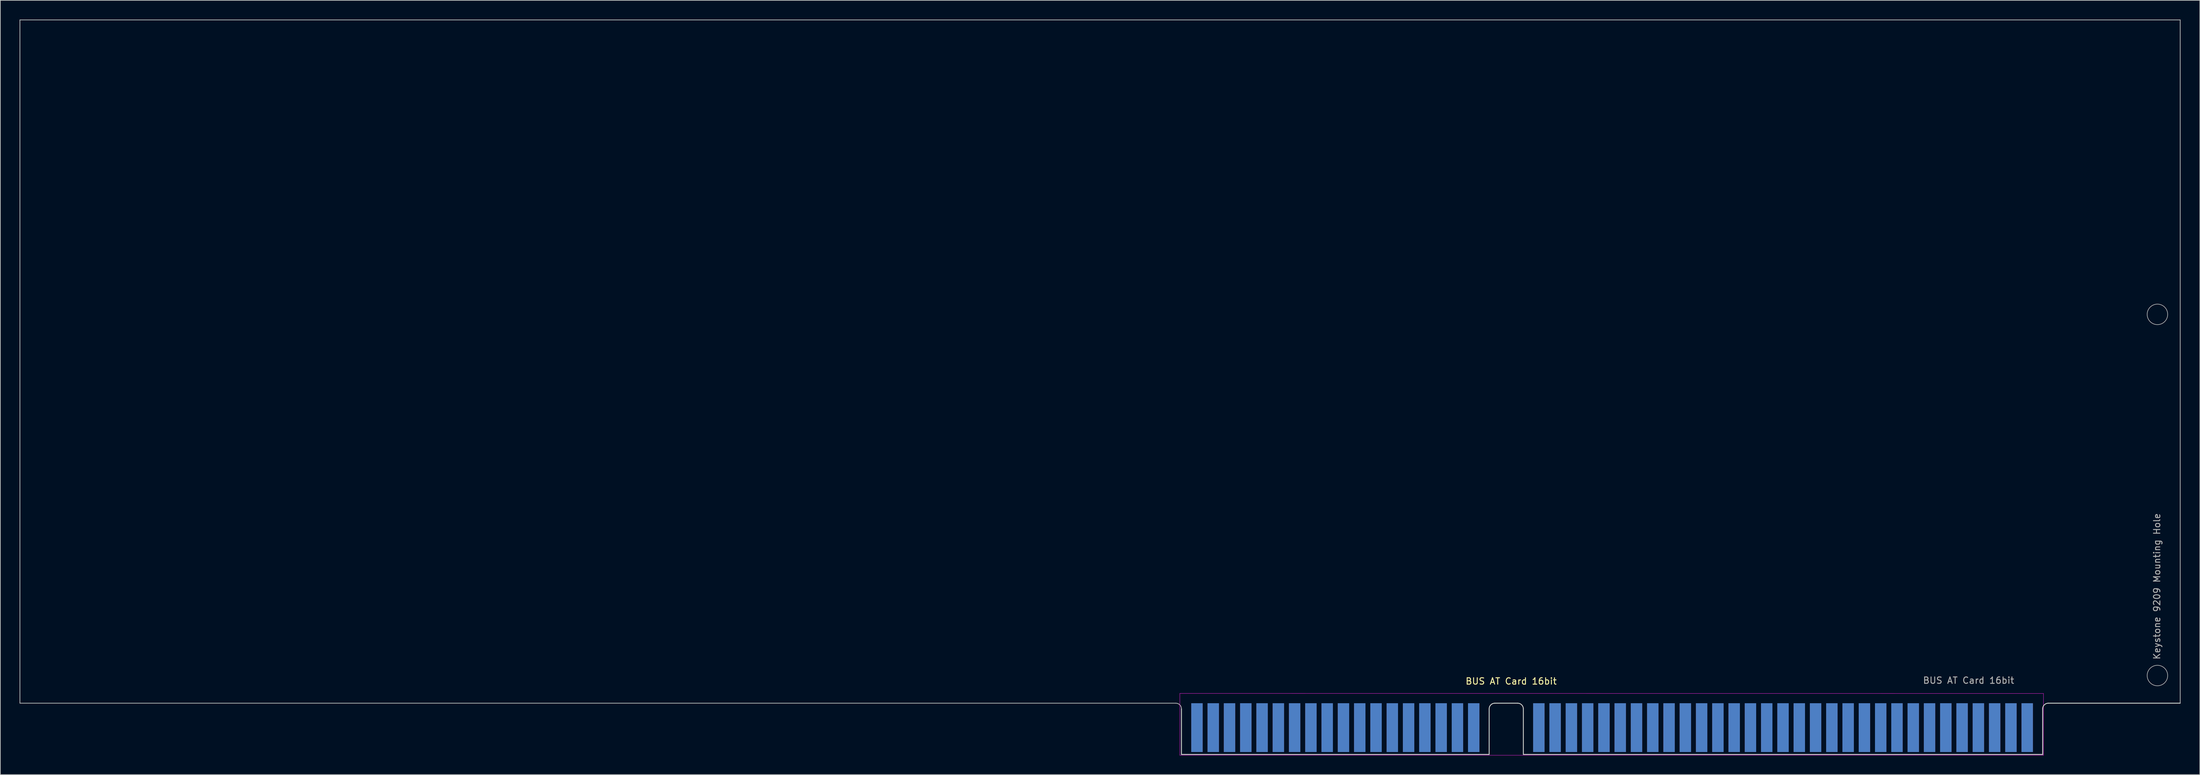
<source format=kicad_pcb>
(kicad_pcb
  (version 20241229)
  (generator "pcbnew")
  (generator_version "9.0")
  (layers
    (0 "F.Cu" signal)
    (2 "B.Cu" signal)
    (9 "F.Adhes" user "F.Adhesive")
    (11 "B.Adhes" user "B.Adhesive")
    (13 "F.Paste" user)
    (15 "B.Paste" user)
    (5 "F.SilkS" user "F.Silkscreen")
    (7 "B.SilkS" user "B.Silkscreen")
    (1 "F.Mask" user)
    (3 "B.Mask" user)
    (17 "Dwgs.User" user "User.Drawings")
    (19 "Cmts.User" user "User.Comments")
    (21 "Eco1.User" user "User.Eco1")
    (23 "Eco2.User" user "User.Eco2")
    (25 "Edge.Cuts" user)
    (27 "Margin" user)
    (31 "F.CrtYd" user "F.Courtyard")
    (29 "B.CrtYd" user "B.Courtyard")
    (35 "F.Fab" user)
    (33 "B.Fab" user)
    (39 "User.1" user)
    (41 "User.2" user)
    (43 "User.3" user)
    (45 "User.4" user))
  (footprint "BUS AT Card 16bit"
    (layer "F.Cu")
    (at 313.242 106.74)
    (property "Reference" "BUS AT Card 16bit" (at -80.518 -3.429 0) (unlocked yes) (layer "F.SilkS") (effects (font (size 1 1) (thickness 0.15))))
    (fp_line (start -131.953 8.001) (end -131.953 0.889) (stroke (width 0.12) (type default)) (layer "Edge.Cuts"))
    (fp_line (start -131.953 8.001) (end -83.947 8.001) (stroke (width 0.12) (type default)) (layer "Edge.Cuts"))
    (fp_line (start -83.947 8.001) (end -83.947 0.889) (stroke (width 0.12) (type default)) (layer "Edge.Cuts"))
    (fp_line (start -79.502 0) (end -83.058 0) (stroke (width 0.12) (type default)) (layer "Edge.Cuts"))
    (fp_line (start -78.613 8.001) (end -78.613 0.889) (stroke (width 0.12) (type default)) (layer "Edge.Cuts"))
    (fp_line (start -78.613 8.001) (end 2.413 8.001) (stroke (width 0.12) (type default)) (layer "Edge.Cuts"))
    (fp_line (start 2.413 8.001) (end 2.413 0.889) (stroke (width 0.12) (type default)) (layer "Edge.Cuts"))
    (fp_line (start 3.302 0) (end 23.876 0) (stroke (width 0.12) (type default)) (layer "Edge.Cuts"))
    (fp_arc (start -83.947 0.888999) (mid -83.686618 0.260382) (end -83.058 0) (stroke (width 0.12) (type default)) (layer "Edge.Cuts"))
    (fp_arc (start -79.501999 0) (mid -78.873382 0.260382) (end -78.613 0.889) (stroke (width 0.12) (type default)) (layer "Edge.Cuts"))
    (fp_arc (start 2.413 0.889) (mid 2.673382 0.260382) (end 3.302 0) (stroke (width 0.12) (type default)) (layer "Edge.Cuts"))
    (fp_line (start -132.207 -1.524) (end -132.207 8.128) (stroke (width 0.05) (type solid)) (layer "F.CrtYd"))
    (fp_line (start -132.207 -1.524) (end 2.54 -1.516) (stroke (width 0.05) (type solid)) (layer "F.CrtYd"))
    (fp_line (start 2.54 8.128) (end -132.207 8.128) (stroke (width 0.05) (type solid)) (layer "F.CrtYd"))
    (fp_line (start 2.54 8.128) (end 2.54 -1.516) (stroke (width 0.05) (type solid)) (layer "F.CrtYd"))
    (fp_line (start -313.182 -106.68) (end 23.876 -106.68) (stroke (width 0.12) (type default)) (layer "F.Fab"))
    (fp_line (start -313.182 0) (end -313.182 -106.68) (stroke (width 0.12) (type default)) (layer "F.Fab"))
    (fp_line (start -132.842 0) (end -313.182 0) (stroke (width 0.12) (type default)) (layer "F.Fab"))
    (fp_line (start -131.953 8.001) (end -131.953 0.889) (stroke (width 0.12) (type default)) (layer "F.Fab"))
    (fp_line (start -131.953 8.001) (end -83.947 8.001) (stroke (width 0.12) (type default)) (layer "F.Fab"))
    (fp_line (start -83.947 8.001) (end -83.947 0.889) (stroke (width 0.12) (type default)) (layer "F.Fab"))
    (fp_line (start -79.502 0) (end -83.058 0) (stroke (width 0.12) (type default)) (layer "F.Fab"))
    (fp_line (start -78.613 8.001) (end -78.613 0.889) (stroke (width 0.12) (type default)) (layer "F.Fab"))
    (fp_line (start -78.613 8.001) (end 2.413 8.001) (stroke (width 0.12) (type default)) (layer "F.Fab"))
    (fp_line (start 2.413 8.001) (end 2.413 0.889) (stroke (width 0.12) (type default)) (layer "F.Fab"))
    (fp_line (start 3.302 0) (end 23.876 0) (stroke (width 0.12) (type default)) (layer "F.Fab"))
    (fp_line (start 23.876 0) (end 23.876 -106.68) (stroke (width 0.12) (type default)) (layer "F.Fab"))
    (fp_arc (start -132.841999 0) (mid -132.213382 0.260382) (end -131.953 0.888999) (stroke (width 0.12) (type default)) (layer "F.Fab"))
    (fp_arc (start -83.947 0.888999) (mid -83.686618 0.260382) (end -83.058 0) (stroke (width 0.12) (type default)) (layer "F.Fab"))
    (fp_arc (start -79.501999 0) (mid -78.873382 0.260382) (end -78.613 0.889) (stroke (width 0.12) (type default)) (layer "F.Fab"))
    (fp_arc (start 2.413 0.889) (mid 2.673382 0.260382) (end 3.302 0) (stroke (width 0.12) (type default)) (layer "F.Fab"))
    (fp_circle (center 20.32 -60.706) (end 21.92 -60.706) (stroke (width 0.1) (type default)) (fill no) (layer "F.Fab"))
    (fp_circle (center 20.32 -4.318) (end 21.92 -4.318) (stroke (width 0.1) (type default)) (fill no) (layer "F.Fab"))
    (fp_text user "${REFERENCE}" (at -9.144 -3.556 0) (unlocked yes) (layer "F.Fab") (effects (font (size 1 1) (thickness 0.15))))
    (fp_text user "Keystone 9209 Mounting Hole" (at 20.828 -6.731 90) (unlocked yes) (layer "F.Fab") (effects (font (size 1 1) (thickness 0.15)) (justify left bottom)))
    (pad "1" connect rect (at 0.004 3.814) (size 1.78 7.62) (layers "B.Cu" "B.Mask"))
    (pad "2" connect rect (at -2.536 3.814) (size 1.78 7.62) (layers "B.Cu" "B.Mask"))
    (pad "3" connect rect (at -5.076 3.814) (size 1.78 7.62) (layers "B.Cu" "B.Mask"))
    (pad "4" connect rect (at -7.616 3.814) (size 1.78 7.62) (layers "B.Cu" "B.Mask"))
    (pad "5" connect rect (at -10.156 3.814) (size 1.78 7.62) (layers "B.Cu" "B.Mask"))
    (pad "6" connect rect (at -12.696 3.814) (size 1.78 7.62) (layers "B.Cu" "B.Mask"))
    (pad "7" connect rect (at -15.236 3.814) (size 1.78 7.62) (layers "B.Cu" "B.Mask"))
    (pad "8" connect rect (at -17.776 3.814) (size 1.78 7.62) (layers "B.Cu" "B.Mask"))
    (pad "9" connect rect (at -20.316 3.814) (size 1.78 7.62) (layers "B.Cu" "B.Mask"))
    (pad "10" connect rect (at -22.856 3.814) (size 1.78 7.62) (layers "B.Cu" "B.Mask"))
    (pad "11" connect rect (at -25.396 3.814) (size 1.78 7.62) (layers "B.Cu" "B.Mask"))
    (pad "12" connect rect (at -27.936 3.814) (size 1.78 7.62) (layers "B.Cu" "B.Mask"))
    (pad "13" connect rect (at -30.476 3.814) (size 1.78 7.62) (layers "B.Cu" "B.Mask"))
    (pad "14" connect rect (at -33.016 3.814) (size 1.78 7.62) (layers "B.Cu" "B.Mask"))
    (pad "15" connect rect (at -35.556 3.814) (size 1.78 7.62) (layers "B.Cu" "B.Mask"))
    (pad "16" connect rect (at -38.096 3.814) (size 1.78 7.62) (layers "B.Cu" "B.Mask"))
    (pad "17" connect rect (at -40.636 3.814) (size 1.78 7.62) (layers "B.Cu" "B.Mask"))
    (pad "18" connect rect (at -43.176 3.814) (size 1.78 7.62) (layers "B.Cu" "B.Mask"))
    (pad "19" connect rect (at -45.716 3.814) (size 1.78 7.62) (layers "B.Cu" "B.Mask"))
    (pad "20" connect rect (at -48.256 3.814) (size 1.78 7.62) (layers "B.Cu" "B.Mask"))
    (pad "21" connect rect (at -50.796 3.814) (size 1.78 7.62) (layers "B.Cu" "B.Mask"))
    (pad "22" connect rect (at -53.336 3.814) (size 1.78 7.62) (layers "B.Cu" "B.Mask"))
    (pad "23" connect rect (at -55.876 3.814) (size 1.78 7.62) (layers "B.Cu" "B.Mask"))
    (pad "24" connect rect (at -58.416 3.814) (size 1.78 7.62) (layers "B.Cu" "B.Mask"))
    (pad "25" connect rect (at -60.956 3.814) (size 1.78 7.62) (layers "B.Cu" "B.Mask"))
    (pad "26" connect rect (at -63.496 3.814) (size 1.78 7.62) (layers "B.Cu" "B.Mask"))
    (pad "27" connect rect (at -66.036 3.814) (size 1.78 7.62) (layers "B.Cu" "B.Mask"))
    (pad "28" connect rect (at -68.576 3.814) (size 1.78 7.62) (layers "B.Cu" "B.Mask"))
    (pad "29" connect rect (at -71.116 3.814) (size 1.78 7.62) (layers "B.Cu" "B.Mask"))
    (pad "30" connect rect (at -73.656 3.814) (size 1.78 7.62) (layers "B.Cu" "B.Mask"))
    (pad "31" connect rect (at -76.196 3.814) (size 1.78 7.62) (layers "B.Cu" "B.Mask"))
    (pad "32" connect rect (at 0.004 3.814) (size 1.78 7.62) (layers "F.Cu" "F.Mask"))
    (pad "33" connect rect (at -2.536 3.814) (size 1.78 7.62) (layers "F.Cu" "F.Mask"))
    (pad "34" connect rect (at -5.076 3.814) (size 1.78 7.62) (layers "F.Cu" "F.Mask"))
    (pad "35" connect rect (at -7.616 3.814) (size 1.78 7.62) (layers "F.Cu" "F.Mask"))
    (pad "36" connect rect (at -10.156 3.814) (size 1.78 7.62) (layers "F.Cu" "F.Mask"))
    (pad "37" connect rect (at -12.696 3.814) (size 1.78 7.62) (layers "F.Cu" "F.Mask"))
    (pad "38" connect rect (at -15.236 3.814) (size 1.78 7.62) (layers "F.Cu" "F.Mask"))
    (pad "39" connect rect (at -17.776 3.814) (size 1.78 7.62) (layers "F.Cu" "F.Mask"))
    (pad "40" connect rect (at -20.316 3.814) (size 1.78 7.62) (layers "F.Cu" "F.Mask"))
    (pad "41" connect rect (at -22.856 3.814) (size 1.78 7.62) (layers "F.Cu" "F.Mask"))
    (pad "42" connect rect (at -25.396 3.814) (size 1.78 7.62) (layers "F.Cu" "F.Mask"))
    (pad "43" connect rect (at -27.936 3.814) (size 1.78 7.62) (layers "F.Cu" "F.Mask"))
    (pad "44" connect rect (at -30.476 3.814) (size 1.78 7.62) (layers "F.Cu" "F.Mask"))
    (pad "45" connect rect (at -33.016 3.814) (size 1.78 7.62) (layers "F.Cu" "F.Mask"))
    (pad "46" connect rect (at -35.556 3.814) (size 1.78 7.62) (layers "F.Cu" "F.Mask"))
    (pad "47" connect rect (at -38.096 3.814) (size 1.78 7.62) (layers "F.Cu" "F.Mask"))
    (pad "48" connect rect (at -40.636 3.814) (size 1.78 7.62) (layers "F.Cu" "F.Mask"))
    (pad "49" connect rect (at -43.176 3.814) (size 1.78 7.62) (layers "F.Cu" "F.Mask"))
    (pad "50" connect rect (at -45.716 3.814) (size 1.78 7.62) (layers "F.Cu" "F.Mask"))
    (pad "51" connect rect (at -48.256 3.814) (size 1.78 7.62) (layers "F.Cu" "F.Mask"))
    (pad "52" connect rect (at -50.796 3.814) (size 1.78 7.62) (layers "F.Cu" "F.Mask"))
    (pad "53" connect rect (at -53.336 3.814) (size 1.78 7.62) (layers "F.Cu" "F.Mask"))
    (pad "54" connect rect (at -55.876 3.814) (size 1.78 7.62) (layers "F.Cu" "F.Mask"))
    (pad "55" connect rect (at -58.416 3.814) (size 1.78 7.62) (layers "F.Cu" "F.Mask"))
    (pad "56" connect rect (at -60.956 3.814) (size 1.78 7.62) (layers "F.Cu" "F.Mask"))
    (pad "57" connect rect (at -63.496 3.814) (size 1.78 7.62) (layers "F.Cu" "F.Mask"))
    (pad "58" connect rect (at -66.036 3.814) (size 1.78 7.62) (layers "F.Cu" "F.Mask"))
    (pad "59" connect rect (at -68.576 3.814) (size 1.78 7.62) (layers "F.Cu" "F.Mask"))
    (pad "60" connect rect (at -71.116 3.814) (size 1.78 7.62) (layers "F.Cu" "F.Mask"))
    (pad "61" connect rect (at -73.656 3.814) (size 1.78 7.62) (layers "F.Cu" "F.Mask"))
    (pad "62" connect rect (at -76.196 3.814) (size 1.78 7.62) (layers "F.Cu" "F.Mask"))
    (pad "63" connect rect (at -86.356 3.814) (size 1.78 7.62) (layers "B.Cu" "B.Mask"))
    (pad "64" connect rect (at -88.896 3.814) (size 1.78 7.62) (layers "B.Cu" "B.Mask"))
    (pad "65" connect rect (at -91.436 3.814) (size 1.78 7.62) (layers "B.Cu" "B.Mask"))
    (pad "66" connect rect (at -93.976 3.814) (size 1.78 7.62) (layers "B.Cu" "B.Mask"))
    (pad "67" connect rect (at -96.516 3.814) (size 1.78 7.62) (layers "B.Cu" "B.Mask"))
    (pad "68" connect rect (at -99.056 3.814) (size 1.78 7.62) (layers "B.Cu" "B.Mask"))
    (pad "69" connect rect (at -101.596 3.814) (size 1.78 7.62) (layers "B.Cu" "B.Mask"))
    (pad "70" connect rect (at -104.136 3.814) (size 1.78 7.62) (layers "B.Cu" "B.Mask"))
    (pad "71" connect rect (at -106.676 3.814) (size 1.78 7.62) (layers "B.Cu" "B.Mask"))
    (pad "72" connect rect (at -109.216 3.814) (size 1.78 7.62) (layers "B.Cu" "B.Mask"))
    (pad "73" connect rect (at -111.756 3.814) (size 1.78 7.62) (layers "B.Cu" "B.Mask"))
    (pad "74" connect rect (at -114.296 3.814) (size 1.78 7.62) (layers "B.Cu" "B.Mask"))
    (pad "75" connect rect (at -116.836 3.814) (size 1.78 7.62) (layers "B.Cu" "B.Mask"))
    (pad "76" connect rect (at -119.376 3.814) (size 1.78 7.62) (layers "B.Cu" "B.Mask"))
    (pad "77" connect rect (at -121.916 3.814) (size 1.78 7.62) (layers "B.Cu" "B.Mask"))
    (pad "78" connect rect (at -124.456 3.814) (size 1.78 7.62) (layers "B.Cu" "B.Mask"))
    (pad "79" connect rect (at -126.996 3.814) (size 1.78 7.62) (layers "B.Cu" "B.Mask"))
    (pad "80" connect rect (at -129.536 3.814) (size 1.78 7.62) (layers "B.Cu" "B.Mask"))
    (pad "81" connect rect (at -86.356 3.814) (size 1.78 7.62) (layers "F.Cu" "F.Mask"))
    (pad "82" connect rect (at -88.896 3.814) (size 1.78 7.62) (layers "F.Cu" "F.Mask"))
    (pad "83" connect rect (at -91.436 3.814) (size 1.78 7.62) (layers "F.Cu" "F.Mask"))
    (pad "84" connect rect (at -93.976 3.814) (size 1.78 7.62) (layers "F.Cu" "F.Mask"))
    (pad "85" connect rect (at -96.516 3.814) (size 1.78 7.62) (layers "F.Cu" "F.Mask"))
    (pad "86" connect rect (at -99.056 3.814) (size 1.78 7.62) (layers "F.Cu" "F.Mask"))
    (pad "87" connect rect (at -101.596 3.814) (size 1.78 7.62) (layers "F.Cu" "F.Mask"))
    (pad "88" connect rect (at -104.136 3.814) (size 1.78 7.62) (layers "F.Cu" "F.Mask"))
    (pad "89" connect rect (at -106.676 3.814) (size 1.78 7.62) (layers "F.Cu" "F.Mask"))
    (pad "90" connect rect (at -109.216 3.814) (size 1.78 7.62) (layers "F.Cu" "F.Mask"))
    (pad "91" connect rect (at -111.756 3.814) (size 1.78 7.62) (layers "F.Cu" "F.Mask"))
    (pad "92" connect rect (at -114.296 3.814) (size 1.78 7.62) (layers "F.Cu" "F.Mask"))
    (pad "93" connect rect (at -116.836 3.814) (size 1.78 7.62) (layers "F.Cu" "F.Mask"))
    (pad "94" connect rect (at -119.376 3.814) (size 1.78 7.62) (layers "F.Cu" "F.Mask"))
    (pad "95" connect rect (at -121.916 3.814) (size 1.78 7.62) (layers "F.Cu" "F.Mask"))
    (pad "96" connect rect (at -124.456 3.814) (size 1.78 7.62) (layers "F.Cu" "F.Mask"))
    (pad "97" connect rect (at -126.996 3.814) (size 1.78 7.62) (layers "F.Cu" "F.Mask"))
    (pad "98" connect rect (at -129.536 3.814) (size 1.78 7.62) (layers "F.Cu" "F.Mask")))
  (gr_rect
    (start -3 -3)
    (end 340.178 117.893)
    (stroke (width 0.1) (type default))
    (fill no)
    (layer "Edge.Cuts")))
</source>
